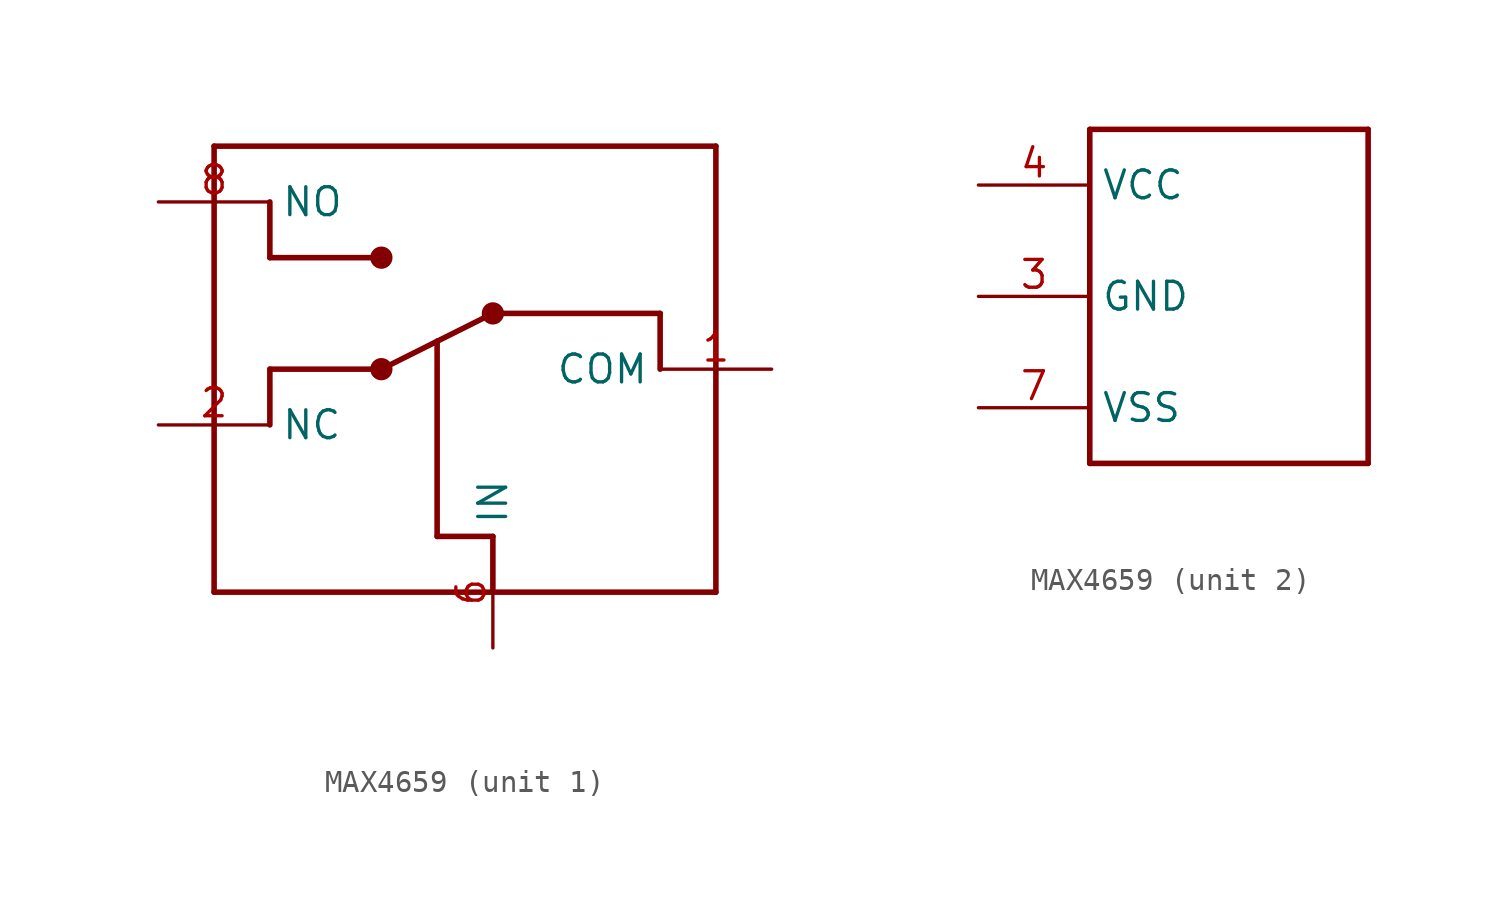
<source format=kicad_sym>
(kicad_symbol_lib
  (version 20220914)
  (generator kicad_symbol_editor)
  (symbol "MAX4659"
    (property "Reference" ""
      (at -2.54 7.62 0)
      (effects (font (size 1.778 1.511)) (justify left bottom) hide))
    (property "Value" ""
      (at -2.54 -10.16 0)
      (effects (font (size 1.778 1.511)) (justify left bottom)))
    (property "ki_locked" ""
      (at 0 0 0)
      (effects (font (size 1.27 1.27))))
    (symbol "MAX4659_1_0"
      (circle (center -2.54 5.08) (radius 0.254) (stroke (width 0.508) (type solid)) (fill (type none)))
      (circle (center -2.54 10.16) (radius 0.254) (stroke (width 0.508) (type solid)) (fill (type none)))
      (polyline (pts (xy -10.16 -5.08) (xy 12.7 -5.08)) (stroke (width 0.254) (type solid)) (fill (type none)))
      (polyline (pts (xy -10.16 15.24) (xy -10.16 -5.08)) (stroke (width 0.254) (type solid)) (fill (type none)))
      (polyline (pts (xy -7.62 2.54) (xy -7.62 5.08)) (stroke (width 0.254) (type solid)) (fill (type none)))
      (polyline (pts (xy -7.62 5.08) (xy -2.54 5.08)) (stroke (width 0.254) (type solid)) (fill (type none)))
      (polyline (pts (xy -7.62 10.16) (xy -2.54 10.16)) (stroke (width 0.254) (type solid)) (fill (type none)))
      (polyline (pts (xy -7.62 12.7) (xy -7.62 10.16)) (stroke (width 0.254) (type solid)) (fill (type none)))
      (polyline (pts (xy 0 -2.54) (xy 0 6.35)) (stroke (width 0.254) (type solid)) (fill (type none)))
      (polyline (pts (xy 0 6.35) (xy -2.54 5.08)) (stroke (width 0.254) (type solid)) (fill (type none)))
      (polyline (pts (xy 2.54 -5.08) (xy 2.54 -2.54)) (stroke (width 0.254) (type solid)) (fill (type none)))
      (polyline (pts (xy 2.54 -2.54) (xy 0 -2.54)) (stroke (width 0.254) (type solid)) (fill (type none)))
      (polyline (pts (xy 2.54 7.62) (xy 0 6.35)) (stroke (width 0.254) (type solid)) (fill (type none)))
      (polyline (pts (xy 10.16 5.08) (xy 10.16 7.62)) (stroke (width 0.254) (type solid)) (fill (type none)))
      (polyline (pts (xy 10.16 7.62) (xy 2.54 7.62)) (stroke (width 0.254) (type solid)) (fill (type none)))
      (polyline (pts (xy 12.7 -5.08) (xy 12.7 15.24)) (stroke (width 0.254) (type solid)) (fill (type none)))
      (polyline (pts (xy 12.7 15.24) (xy -10.16 15.24)) (stroke (width 0.254) (type solid)) (fill (type none)))
      (circle (center 2.54 7.62) (radius 0.254) (stroke (width 0.508) (type solid)) (fill (type none)))
      (pin bidirectional line (at 15.24 5.08 180) (length 5.08) (name "COM" (effects (font (size 1.27 1.27)))) (number "1" (effects (font (size 1.27 1.27)))))
      (pin bidirectional line (at -12.7 2.54 0) (length 5.08) (name "NC" (effects (font (size 1.27 1.27)))) (number "2" (effects (font (size 1.27 1.27)))))
      (pin bidirectional line (at 2.54 -7.62 90) (length 5.08) (name "IN" (effects (font (size 1.27 1.27)))) (number "6" (effects (font (size 1.27 1.27)))))
      (pin bidirectional line (at -12.7 12.7 0) (length 5.08) (name "NO" (effects (font (size 1.27 1.27)))) (number "8" (effects (font (size 1.27 1.27))))))
    (symbol "MAX4659_2_0"
      (polyline (pts (xy -2.54 -7.62) (xy 10.16 -7.62)) (stroke (width 0.254) (type solid)) (fill (type none)))
      (polyline (pts (xy -2.54 7.62) (xy -2.54 -7.62)) (stroke (width 0.254) (type solid)) (fill (type none)))
      (polyline (pts (xy 10.16 -7.62) (xy 10.16 7.62)) (stroke (width 0.254) (type solid)) (fill (type none)))
      (polyline (pts (xy 10.16 7.62) (xy -2.54 7.62)) (stroke (width 0.254) (type solid)) (fill (type none)))
      (pin bidirectional line (at -7.62 0 0) (length 5.08) (name "GND" (effects (font (size 1.27 1.27)))) (number "3" (effects (font (size 1.27 1.27)))))
      (pin bidirectional line (at -7.62 5.08 0) (length 5.08) (name "VCC" (effects (font (size 1.27 1.27)))) (number "4" (effects (font (size 1.27 1.27)))))
      (pin bidirectional line (at -7.62 -5.08 0) (length 5.08) (name "VSS" (effects (font (size 1.27 1.27)))) (number "7" (effects (font (size 1.27 1.27))))))))
</source>
